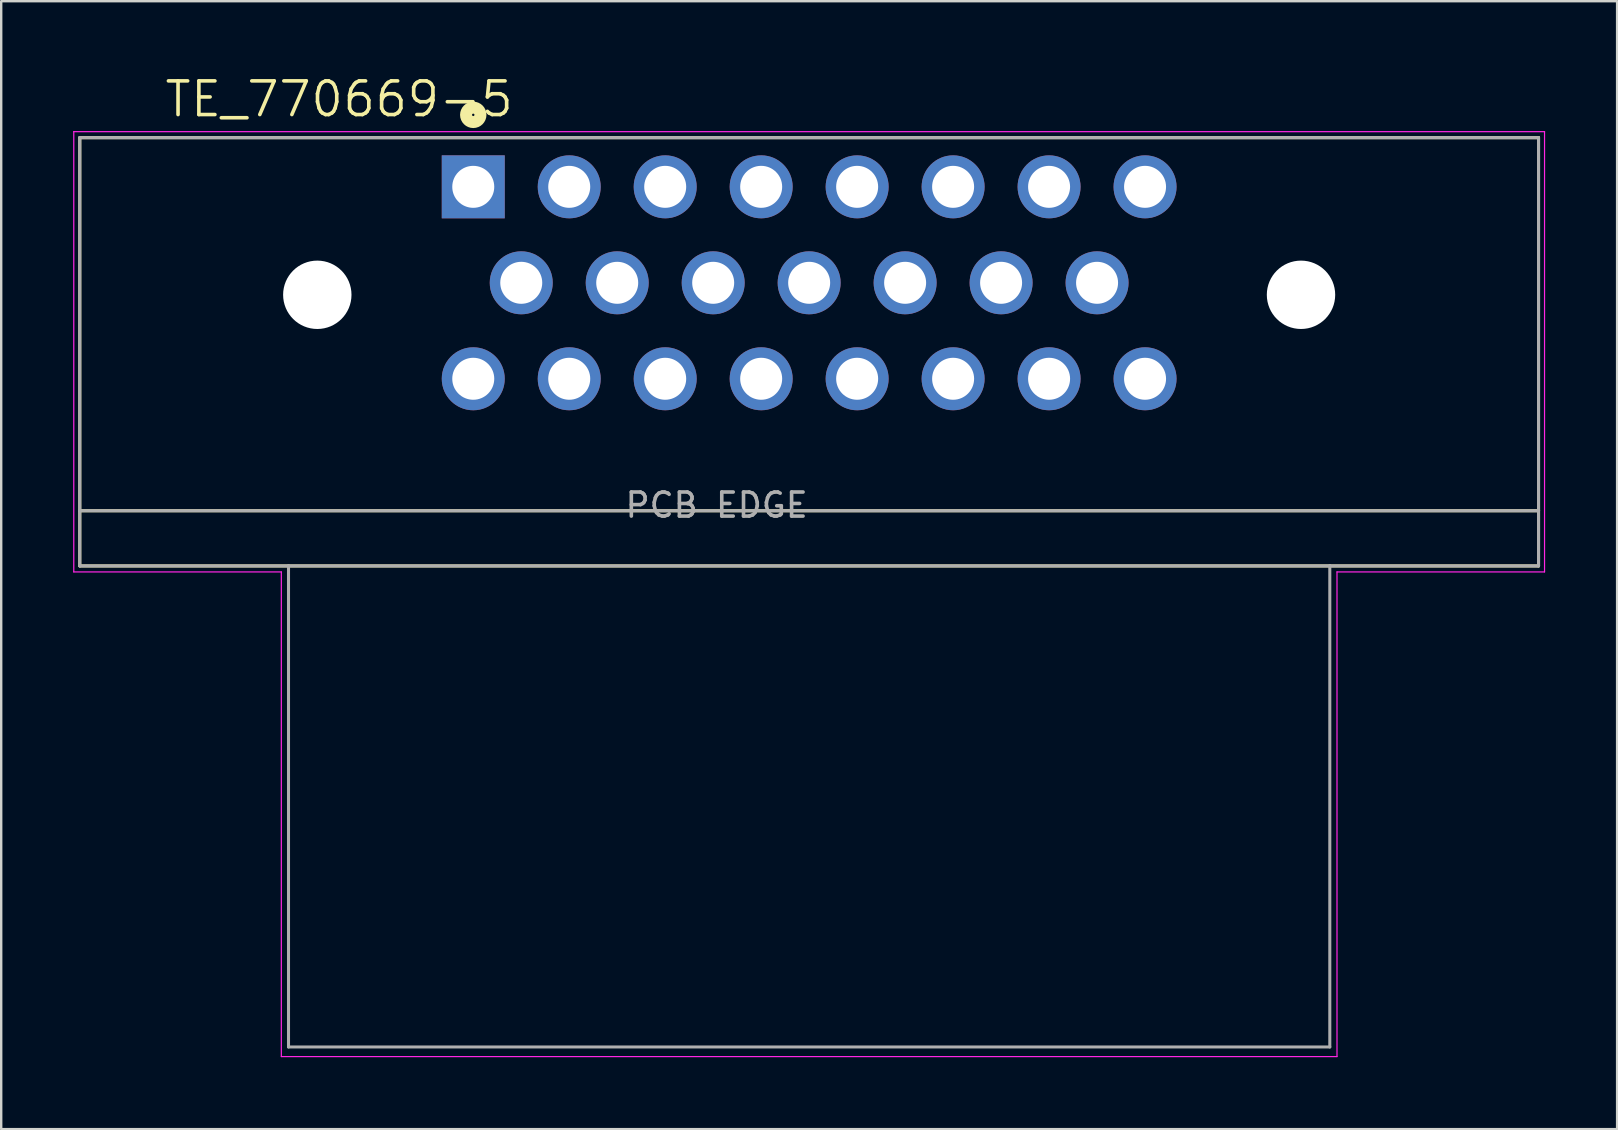
<source format=kicad_pcb>
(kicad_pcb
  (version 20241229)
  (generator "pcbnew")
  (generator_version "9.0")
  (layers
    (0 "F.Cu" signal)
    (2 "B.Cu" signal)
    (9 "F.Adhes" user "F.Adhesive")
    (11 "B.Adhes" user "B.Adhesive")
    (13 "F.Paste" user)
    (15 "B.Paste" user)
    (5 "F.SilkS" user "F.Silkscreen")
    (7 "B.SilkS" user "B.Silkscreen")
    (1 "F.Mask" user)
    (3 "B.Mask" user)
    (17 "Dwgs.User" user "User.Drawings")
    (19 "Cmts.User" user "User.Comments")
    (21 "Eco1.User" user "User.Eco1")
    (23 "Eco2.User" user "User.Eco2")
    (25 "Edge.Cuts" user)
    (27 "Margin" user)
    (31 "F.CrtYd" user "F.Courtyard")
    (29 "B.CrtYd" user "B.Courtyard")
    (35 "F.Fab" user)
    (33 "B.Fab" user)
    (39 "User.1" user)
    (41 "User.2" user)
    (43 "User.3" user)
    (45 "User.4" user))
  (footprint "TE_770669-5"
    (layer "F.Cu")
    (at 30.675 9.237)
    (property "Reference" "TE_770669-5" (at -19.59 -8.154 0) (layer "F.SilkS") (effects (font (size 1.403 1.403) (thickness 0.15))))
    (attr through_hole)
    (fp_line (start -30.4 -6.55) (end -30.4 9) (stroke (width 0.127) (type solid)) (layer "F.SilkS"))
    (fp_line (start -30.4 9) (end -30.4 11.3) (stroke (width 0.127) (type solid)) (layer "F.SilkS"))
    (fp_line (start -30.4 9) (end 30.4 9) (stroke (width 0.127) (type solid)) (layer "F.SilkS"))
    (fp_line (start -30.4 11.3) (end -21.7 11.3) (stroke (width 0.127) (type solid)) (layer "F.SilkS"))
    (fp_line (start -21.7 11.3) (end 21.7 11.3) (stroke (width 0.127) (type solid)) (layer "F.SilkS"))
    (fp_line (start 21.7 11.3) (end 30.4 11.3) (stroke (width 0.127) (type solid)) (layer "F.SilkS"))
    (fp_line (start 30.4 -6.55) (end -30.4 -6.55) (stroke (width 0.127) (type solid)) (layer "F.SilkS"))
    (fp_line (start 30.4 9) (end 30.4 -6.55) (stroke (width 0.127) (type solid)) (layer "F.SilkS"))
    (fp_line (start 30.4 11.3) (end 30.4 9) (stroke (width 0.127) (type solid)) (layer "F.SilkS"))
    (fp_circle (center -14 -7.5) (end -13.7 -7.5) (stroke (width 0.5) (type solid)) (fill no) (layer "F.SilkS"))
    (fp_line (start -30.65 -6.8) (end 30.65 -6.8) (stroke (width 0.05) (type solid)) (layer "F.CrtYd"))
    (fp_line (start -30.65 11.55) (end -30.65 -6.8) (stroke (width 0.05) (type solid)) (layer "F.CrtYd"))
    (fp_line (start -22 11.55) (end -30.65 11.55) (stroke (width 0.05) (type solid)) (layer "F.CrtYd"))
    (fp_line (start -22 31.75) (end -22 11.55) (stroke (width 0.05) (type solid)) (layer "F.CrtYd"))
    (fp_line (start 22 11.55) (end 22 31.75) (stroke (width 0.05) (type solid)) (layer "F.CrtYd"))
    (fp_line (start 22 31.75) (end -22 31.75) (stroke (width 0.05) (type solid)) (layer "F.CrtYd"))
    (fp_line (start 30.65 -6.8) (end 30.65 11.55) (stroke (width 0.05) (type solid)) (layer "F.CrtYd"))
    (fp_line (start 30.65 11.55) (end 22 11.55) (stroke (width 0.05) (type solid)) (layer "F.CrtYd"))
    (fp_line (start -30.4 -6.55) (end -30.4 9) (stroke (width 0.127) (type solid)) (layer "F.Fab"))
    (fp_line (start -30.4 9) (end -30.4 11.3) (stroke (width 0.127) (type solid)) (layer "F.Fab"))
    (fp_line (start -30.4 9) (end 30.4 9) (stroke (width 0.127) (type solid)) (layer "F.Fab"))
    (fp_line (start -30.4 11.3) (end -21.7 11.3) (stroke (width 0.127) (type solid)) (layer "F.Fab"))
    (fp_line (start -21.7 11.3) (end -21.7 31.35) (stroke (width 0.127) (type solid)) (layer "F.Fab"))
    (fp_line (start -21.7 11.3) (end 21.7 11.3) (stroke (width 0.127) (type solid)) (layer "F.Fab"))
    (fp_line (start -21.7 31.35) (end 21.7 31.35) (stroke (width 0.127) (type solid)) (layer "F.Fab"))
    (fp_line (start 21.7 11.3) (end 30.4 11.3) (stroke (width 0.127) (type solid)) (layer "F.Fab"))
    (fp_line (start 21.7 31.35) (end 21.7 11.3) (stroke (width 0.127) (type solid)) (layer "F.Fab"))
    (fp_line (start 30.4 -6.55) (end -30.4 -6.55) (stroke (width 0.127) (type solid)) (layer "F.Fab"))
    (fp_line (start 30.4 9) (end 30.4 -6.55) (stroke (width 0.127) (type solid)) (layer "F.Fab"))
    (fp_line (start 30.4 11.3) (end 30.4 9) (stroke (width 0.127) (type solid)) (layer "F.Fab"))
    (fp_text user "PCB EDGE" (at -3.857 8.766 0) (layer "F.Fab") (effects (font (size 1.002 1.002) (thickness 0.15))))
    (pad "" np_thru_hole circle (at -20.5 0) (size 2.85 2.85) (drill 2.85) (layers "*.Cu" "*.Mask"))
    (pad "" np_thru_hole circle (at 20.5 0) (size 2.85 2.85) (drill 2.85) (layers "*.Cu" "*.Mask"))
    (pad "1" thru_hole rect (at -14 -4.5) (size 2.625 2.625) (drill 1.75) (layers "*.Cu" "*.Mask"))
    (pad "2" thru_hole circle (at -10 -4.5) (size 2.625 2.625) (drill 1.75) (layers "*.Cu" "*.Mask"))
    (pad "3" thru_hole circle (at -6 -4.5) (size 2.625 2.625) (drill 1.75) (layers "*.Cu" "*.Mask"))
    (pad "4" thru_hole circle (at -2 -4.5) (size 2.625 2.625) (drill 1.75) (layers "*.Cu" "*.Mask"))
    (pad "5" thru_hole circle (at 2 -4.5) (size 2.625 2.625) (drill 1.75) (layers "*.Cu" "*.Mask"))
    (pad "6" thru_hole circle (at 6 -4.5) (size 2.625 2.625) (drill 1.75) (layers "*.Cu" "*.Mask"))
    (pad "7" thru_hole circle (at 10 -4.5) (size 2.625 2.625) (drill 1.75) (layers "*.Cu" "*.Mask"))
    (pad "8" thru_hole circle (at 14 -4.5) (size 2.625 2.625) (drill 1.75) (layers "*.Cu" "*.Mask"))
    (pad "9" thru_hole circle (at -12 -0.5) (size 2.625 2.625) (drill 1.75) (layers "*.Cu" "*.Mask"))
    (pad "10" thru_hole circle (at -8 -0.5) (size 2.625 2.625) (drill 1.75) (layers "*.Cu" "*.Mask"))
    (pad "11" thru_hole circle (at -4 -0.5) (size 2.625 2.625) (drill 1.75) (layers "*.Cu" "*.Mask"))
    (pad "12" thru_hole circle (at 0 -0.5) (size 2.625 2.625) (drill 1.75) (layers "*.Cu" "*.Mask"))
    (pad "13" thru_hole circle (at 4 -0.5) (size 2.625 2.625) (drill 1.75) (layers "*.Cu" "*.Mask"))
    (pad "14" thru_hole circle (at 8 -0.5) (size 2.625 2.625) (drill 1.75) (layers "*.Cu" "*.Mask"))
    (pad "15" thru_hole circle (at 12 -0.5) (size 2.625 2.625) (drill 1.75) (layers "*.Cu" "*.Mask"))
    (pad "16" thru_hole circle (at -14 3.5) (size 2.625 2.625) (drill 1.75) (layers "*.Cu" "*.Mask"))
    (pad "17" thru_hole circle (at -10 3.5) (size 2.625 2.625) (drill 1.75) (layers "*.Cu" "*.Mask"))
    (pad "18" thru_hole circle (at -6 3.5) (size 2.625 2.625) (drill 1.75) (layers "*.Cu" "*.Mask"))
    (pad "19" thru_hole circle (at -2 3.5) (size 2.625 2.625) (drill 1.75) (layers "*.Cu" "*.Mask"))
    (pad "20" thru_hole circle (at 2 3.5) (size 2.625 2.625) (drill 1.75) (layers "*.Cu" "*.Mask"))
    (pad "21" thru_hole circle (at 6 3.5) (size 2.625 2.625) (drill 1.75) (layers "*.Cu" "*.Mask"))
    (pad "22" thru_hole circle (at 10 3.5) (size 2.625 2.625) (drill 1.75) (layers "*.Cu" "*.Mask"))
    (pad "23" thru_hole circle (at 14 3.5) (size 2.625 2.625) (drill 1.75) (layers "*.Cu" "*.Mask")))
  (gr_rect
    (start -3 -3)
    (end 64.35 44.012)
    (stroke (width 0.1) (type default))
    (fill no)
    (layer "Edge.Cuts")))
</source>
